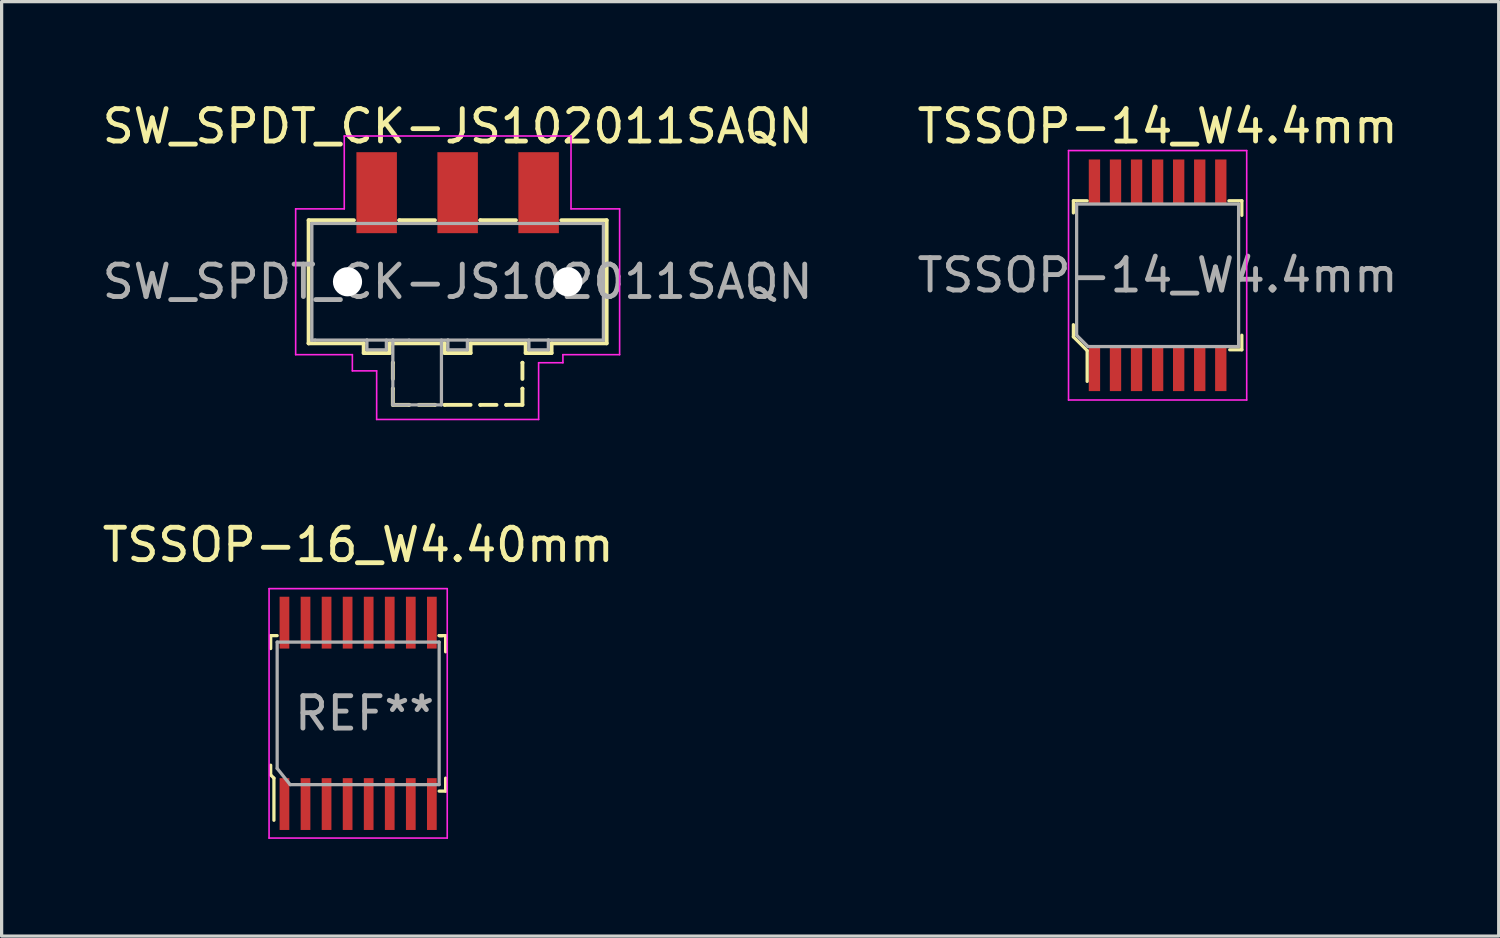
<source format=kicad_pcb>
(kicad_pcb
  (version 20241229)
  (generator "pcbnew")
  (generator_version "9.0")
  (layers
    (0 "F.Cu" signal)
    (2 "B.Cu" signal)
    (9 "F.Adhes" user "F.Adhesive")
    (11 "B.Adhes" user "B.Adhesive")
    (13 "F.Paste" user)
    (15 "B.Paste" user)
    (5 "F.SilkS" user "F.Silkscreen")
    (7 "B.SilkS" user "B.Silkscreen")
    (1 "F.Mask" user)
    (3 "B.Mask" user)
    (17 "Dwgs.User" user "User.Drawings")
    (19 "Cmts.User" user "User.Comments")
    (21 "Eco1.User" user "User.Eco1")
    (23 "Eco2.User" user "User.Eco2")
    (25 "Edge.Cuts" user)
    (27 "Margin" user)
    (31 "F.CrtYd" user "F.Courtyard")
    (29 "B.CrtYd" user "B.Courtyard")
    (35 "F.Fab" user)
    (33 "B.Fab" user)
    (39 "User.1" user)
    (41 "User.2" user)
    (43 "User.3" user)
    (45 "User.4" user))
  (footprint "TSSOP-14_W4.4mm"
    (layer "F.Cu")
    (at 32.685 5.448)
    (property "Reference" "TSSOP-14_W4.4mm" (at 0 -4.6 0) (layer "F.SilkS") (effects (font (size 1 1) (thickness 0.15))))
    (attr smd)
    (fp_line (start -2.6 -2.3) (end -2.6 -1.925) (stroke (width 0.1) (type solid)) (layer "F.SilkS"))
    (fp_line (start -2.6 -2.3) (end -2.175 -2.3) (stroke (width 0.1) (type solid)) (layer "F.SilkS"))
    (fp_line (start -2.6 1.525) (end -2.6 1.9) (stroke (width 0.1) (type solid)) (layer "F.SilkS"))
    (fp_line (start -2.6 1.9) (end -2.175 2.325) (stroke (width 0.1) (type solid)) (layer "F.SilkS"))
    (fp_line (start -2.175 2.325) (end -2.175 3.275) (stroke (width 0.1) (type solid)) (layer "F.SilkS"))
    (fp_line (start 2.6 -2.3) (end 2.2 -2.3) (stroke (width 0.1) (type solid)) (layer "F.SilkS"))
    (fp_line (start 2.6 -2.3) (end 2.6 -1.85) (stroke (width 0.1) (type solid)) (layer "F.SilkS"))
    (fp_line (start 2.6 2.3) (end 2.225 2.3) (stroke (width 0.1) (type solid)) (layer "F.SilkS"))
    (fp_line (start 2.6 2.3) (end 2.6 1.85) (stroke (width 0.1) (type solid)) (layer "F.SilkS"))
    (fp_line (start -2.75 -3.85) (end 2.75 -3.85) (stroke (width 0.05) (type solid)) (layer "F.CrtYd"))
    (fp_line (start -2.75 3.85) (end -2.75 -3.85) (stroke (width 0.05) (type solid)) (layer "F.CrtYd"))
    (fp_line (start 2.75 -3.85) (end 2.75 3.85) (stroke (width 0.05) (type solid)) (layer "F.CrtYd"))
    (fp_line (start 2.75 3.85) (end -2.75 3.85) (stroke (width 0.05) (type solid)) (layer "F.CrtYd"))
    (fp_line (start -2.5 -2.2) (end 2.5 -2.2) (stroke (width 0.1) (type solid)) (layer "F.Fab"))
    (fp_line (start -2.5 1.85) (end -2.5 -2.2) (stroke (width 0.1) (type solid)) (layer "F.Fab"))
    (fp_line (start -2.15 2.2) (end -2.5 1.85) (stroke (width 0.1) (type solid)) (layer "F.Fab"))
    (fp_line (start -2.15 2.2) (end 2.5 2.2) (stroke (width 0.1) (type solid)) (layer "F.Fab"))
    (fp_line (start 2.5 -2.2) (end 2.5 2.2) (stroke (width 0.1) (type solid)) (layer "F.Fab"))
    (fp_text user "${REFERENCE}" (at 0 0 0) (layer "F.Fab") (effects (font (size 1 1) (thickness 0.15))))
    (pad "1" smd rect (at -1.95 2.875) (size 0.35 1.4) (layers "F.Cu" "F.Mask" "F.Paste"))
    (pad "2" smd rect (at -1.3 2.875) (size 0.35 1.4) (layers "F.Cu" "F.Mask" "F.Paste"))
    (pad "3" smd rect (at -0.65 2.875) (size 0.35 1.4) (layers "F.Cu" "F.Mask" "F.Paste"))
    (pad "4" smd rect (at 0 2.875) (size 0.35 1.4) (layers "F.Cu" "F.Mask" "F.Paste"))
    (pad "5" smd rect (at 0.65 2.875) (size 0.35 1.4) (layers "F.Cu" "F.Mask" "F.Paste"))
    (pad "6" smd rect (at 1.3 2.875) (size 0.35 1.4) (layers "F.Cu" "F.Mask" "F.Paste"))
    (pad "7" smd rect (at 1.95 2.875) (size 0.35 1.4) (layers "F.Cu" "F.Mask" "F.Paste"))
    (pad "8" smd rect (at 1.95 -2.875) (size 0.35 1.4) (layers "F.Cu" "F.Mask" "F.Paste"))
    (pad "9" smd rect (at 1.3 -2.875) (size 0.35 1.4) (layers "F.Cu" "F.Mask" "F.Paste"))
    (pad "10" smd rect (at 0.65 -2.875) (size 0.35 1.4) (layers "F.Cu" "F.Mask" "F.Paste"))
    (pad "11" smd rect (at 0 -2.875) (size 0.35 1.4) (layers "F.Cu" "F.Mask" "F.Paste"))
    (pad "12" smd rect (at -0.65 -2.875) (size 0.35 1.4) (layers "F.Cu" "F.Mask" "F.Paste"))
    (pad "13" smd rect (at -1.3 -2.875) (size 0.35 1.4) (layers "F.Cu" "F.Mask" "F.Paste"))
    (pad "14" smd rect (at -1.95 -2.875) (size 0.35 1.4) (layers "F.Cu" "F.Mask" "F.Paste")))
  (footprint "SW_SPDT_CK-JS102011SAQN"
    (layer "F.Cu")
    (at 11.077 5.648)
    (property "Reference" "SW_SPDT_CK-JS102011SAQN" (at 0 -4.8 0) (layer "F.SilkS") (effects (font (size 1 1) (thickness 0.15))))
    (attr smd)
    (fp_line (start -4.6 -1.9) (end -3.2 -1.9) (stroke (width 0.12) (type solid)) (layer "F.SilkS"))
    (fp_line (start -4.6 1.9) (end -4.6 -1.9) (stroke (width 0.12) (type solid)) (layer "F.SilkS"))
    (fp_line (start -4.6 1.9) (end -4.6 1.9) (stroke (width 0.12) (type solid)) (layer "F.SilkS"))
    (fp_line (start -2.9 1.9) (end -4.6 1.9) (stroke (width 0.12) (type solid)) (layer "F.SilkS"))
    (fp_line (start -2.9 2.2) (end -2.9 1.9) (stroke (width 0.12) (type solid)) (layer "F.SilkS"))
    (fp_line (start -2.1 1.9) (end -2.1 2.2) (stroke (width 0.12) (type solid)) (layer "F.SilkS"))
    (fp_line (start -2.1 2.2) (end -2.9 2.2) (stroke (width 0.12) (type solid)) (layer "F.SilkS"))
    (fp_line (start -2 2.5) (end -2 2.5) (stroke (width 0.12) (type solid)) (layer "F.SilkS"))
    (fp_line (start -2 3) (end -2 2.5) (stroke (width 0.12) (type solid)) (layer "F.SilkS"))
    (fp_line (start -2 3.3) (end -2 3.3) (stroke (width 0.12) (type solid)) (layer "F.SilkS"))
    (fp_line (start -2 3.8) (end -2 3.3) (stroke (width 0.12) (type solid)) (layer "F.SilkS"))
    (fp_line (start -2 3.8) (end -1.5 3.8) (stroke (width 0.12) (type solid)) (layer "F.SilkS"))
    (fp_line (start -1.8 -1.9) (end -1.8 -1.9) (stroke (width 0.12) (type solid)) (layer "F.SilkS"))
    (fp_line (start -1.5 3.8) (end -1.5 3.8) (stroke (width 0.12) (type solid)) (layer "F.SilkS"))
    (fp_line (start -1.2 3.8) (end -0.7 3.8) (stroke (width 0.12) (type solid)) (layer "F.SilkS"))
    (fp_line (start -0.7 -1.9) (end -1.8 -1.9) (stroke (width 0.12) (type solid)) (layer "F.SilkS"))
    (fp_line (start -0.7 3.8) (end -0.7 3.8) (stroke (width 0.12) (type solid)) (layer "F.SilkS"))
    (fp_line (start -0.4 1.9) (end -2.1 1.9) (stroke (width 0.12) (type solid)) (layer "F.SilkS"))
    (fp_line (start -0.4 2.2) (end -0.4 1.9) (stroke (width 0.12) (type solid)) (layer "F.SilkS"))
    (fp_line (start -0.4 3.8) (end -0.4 3.8) (stroke (width 0.12) (type solid)) (layer "F.SilkS"))
    (fp_line (start 0.4 1.9) (end 0.4 2.2) (stroke (width 0.12) (type solid)) (layer "F.SilkS"))
    (fp_line (start 0.4 2.2) (end -0.4 2.2) (stroke (width 0.12) (type solid)) (layer "F.SilkS"))
    (fp_line (start 0.4 3.8) (end -0.4 3.8) (stroke (width 0.12) (type solid)) (layer "F.SilkS"))
    (fp_line (start 0.7 -1.9) (end 0.7 -1.9) (stroke (width 0.12) (type solid)) (layer "F.SilkS"))
    (fp_line (start 0.7 3.8) (end 0.7 3.8) (stroke (width 0.12) (type solid)) (layer "F.SilkS"))
    (fp_line (start 1.2 3.8) (end 0.7 3.8) (stroke (width 0.12) (type solid)) (layer "F.SilkS"))
    (fp_line (start 1.5 3.8) (end 1.5 3.8) (stroke (width 0.12) (type solid)) (layer "F.SilkS"))
    (fp_line (start 1.8 -1.9) (end 0.7 -1.9) (stroke (width 0.12) (type solid)) (layer "F.SilkS"))
    (fp_line (start 2 2.5) (end 2 2.5) (stroke (width 0.12) (type solid)) (layer "F.SilkS"))
    (fp_line (start 2 3) (end 2 2.5) (stroke (width 0.12) (type solid)) (layer "F.SilkS"))
    (fp_line (start 2 3.3) (end 2 3.3) (stroke (width 0.12) (type solid)) (layer "F.SilkS"))
    (fp_line (start 2 3.8) (end 1.5 3.8) (stroke (width 0.12) (type solid)) (layer "F.SilkS"))
    (fp_line (start 2 3.8) (end 2 3.3) (stroke (width 0.12) (type solid)) (layer "F.SilkS"))
    (fp_line (start 2.1 1.9) (end 0.4 1.9) (stroke (width 0.12) (type solid)) (layer "F.SilkS"))
    (fp_line (start 2.1 2.2) (end 2.1 1.9) (stroke (width 0.12) (type solid)) (layer "F.SilkS"))
    (fp_line (start 2.9 1.9) (end 2.9 2.2) (stroke (width 0.12) (type solid)) (layer "F.SilkS"))
    (fp_line (start 2.9 2.2) (end 2.1 2.2) (stroke (width 0.12) (type solid)) (layer "F.SilkS"))
    (fp_line (start 3.2 -1.9) (end 4.6 -1.9) (stroke (width 0.12) (type solid)) (layer "F.SilkS"))
    (fp_line (start 4.6 -1.9) (end 4.6 1.9) (stroke (width 0.12) (type solid)) (layer "F.SilkS"))
    (fp_line (start 4.6 1.9) (end 2.9 1.9) (stroke (width 0.12) (type solid)) (layer "F.SilkS"))
    (fp_line (start -5 -2.25) (end -5 -2.25) (stroke (width 0.05) (type solid)) (layer "F.CrtYd"))
    (fp_line (start -5 -2.25) (end -5 2.25) (stroke (width 0.05) (type solid)) (layer "F.CrtYd"))
    (fp_line (start -5 2.25) (end -3.25 2.25) (stroke (width 0.05) (type solid)) (layer "F.CrtYd"))
    (fp_line (start -3.5 -4.5) (end -3.5 -2.25) (stroke (width 0.05) (type solid)) (layer "F.CrtYd"))
    (fp_line (start -3.5 -2.25) (end -5 -2.25) (stroke (width 0.05) (type solid)) (layer "F.CrtYd"))
    (fp_line (start -3.25 2.25) (end -3.25 2.75) (stroke (width 0.05) (type solid)) (layer "F.CrtYd"))
    (fp_line (start -3.25 2.75) (end -2.5 2.75) (stroke (width 0.05) (type solid)) (layer "F.CrtYd"))
    (fp_line (start -2.5 2.75) (end -2.5 4.25) (stroke (width 0.05) (type solid)) (layer "F.CrtYd"))
    (fp_line (start -2.5 4.25) (end 2.5 4.25) (stroke (width 0.05) (type solid)) (layer "F.CrtYd"))
    (fp_line (start 2.5 2.5) (end 3.25 2.5) (stroke (width 0.05) (type solid)) (layer "F.CrtYd"))
    (fp_line (start 2.5 4.25) (end 2.5 2.5) (stroke (width 0.05) (type solid)) (layer "F.CrtYd"))
    (fp_line (start 3.25 2.25) (end 5 2.25) (stroke (width 0.05) (type solid)) (layer "F.CrtYd"))
    (fp_line (start 3.25 2.5) (end 3.25 2.25) (stroke (width 0.05) (type solid)) (layer "F.CrtYd"))
    (fp_line (start 3.5 -4.5) (end -3.5 -4.5) (stroke (width 0.05) (type solid)) (layer "F.CrtYd"))
    (fp_line (start 3.5 -2.25) (end 3.5 -4.5) (stroke (width 0.05) (type solid)) (layer "F.CrtYd"))
    (fp_line (start 5 -2.25) (end 3.5 -2.25) (stroke (width 0.05) (type solid)) (layer "F.CrtYd"))
    (fp_line (start 5 2.25) (end 5 -2.25) (stroke (width 0.05) (type solid)) (layer "F.CrtYd"))
    (fp_line (start -4.5 -1.8) (end -4.5 1.8) (stroke (width 0.1) (type solid)) (layer "F.Fab"))
    (fp_line (start -4.5 -1.8) (end 4.5 -1.8) (stroke (width 0.1) (type solid)) (layer "F.Fab"))
    (fp_line (start -4.5 1.8) (end -4.5 1.8) (stroke (width 0.1) (type solid)) (layer "F.Fab"))
    (fp_line (start -4.5 1.8) (end -4.5 1.8) (stroke (width 0.1) (type solid)) (layer "F.Fab"))
    (fp_line (start -4.4 1.8) (end -4.5 1.8) (stroke (width 0.1) (type solid)) (layer "F.Fab"))
    (fp_line (start -2.8 1.8) (end -2.8 1.8) (stroke (width 0.1) (type solid)) (layer "F.Fab"))
    (fp_line (start -2.8 2.1) (end -2.8 1.8) (stroke (width 0.1) (type solid)) (layer "F.Fab"))
    (fp_line (start -2.2 1.8) (end -2.2 2.1) (stroke (width 0.1) (type solid)) (layer "F.Fab"))
    (fp_line (start -2.2 2.1) (end -2.8 2.1) (stroke (width 0.1) (type solid)) (layer "F.Fab"))
    (fp_line (start -2 1.8) (end -2 1.8) (stroke (width 0.1) (type solid)) (layer "F.Fab"))
    (fp_line (start -2 3.8) (end -2 1.8) (stroke (width 0.1) (type solid)) (layer "F.Fab"))
    (fp_line (start -1.5 1.8) (end -1.5 1.8) (stroke (width 0.1) (type solid)) (layer "F.Fab"))
    (fp_line (start -0.5 1.8) (end -0.5 3.8) (stroke (width 0.1) (type solid)) (layer "F.Fab"))
    (fp_line (start -0.5 3.8) (end -2 3.8) (stroke (width 0.1) (type solid)) (layer "F.Fab"))
    (fp_line (start -0.3 1.8) (end -0.3 1.8) (stroke (width 0.1) (type solid)) (layer "F.Fab"))
    (fp_line (start -0.3 2.1) (end -0.3 1.8) (stroke (width 0.1) (type solid)) (layer "F.Fab"))
    (fp_line (start 0.3 1.8) (end 0.3 2.1) (stroke (width 0.1) (type solid)) (layer "F.Fab"))
    (fp_line (start 0.3 2.1) (end -0.3 2.1) (stroke (width 0.1) (type solid)) (layer "F.Fab"))
    (fp_line (start 2.2 1.8) (end 2.2 2.1) (stroke (width 0.1) (type solid)) (layer "F.Fab"))
    (fp_line (start 2.2 2.1) (end 2.8 2.1) (stroke (width 0.1) (type solid)) (layer "F.Fab"))
    (fp_line (start 2.8 1.8) (end 2.8 1.8) (stroke (width 0.1) (type solid)) (layer "F.Fab"))
    (fp_line (start 2.8 2.1) (end 2.8 1.8) (stroke (width 0.1) (type solid)) (layer "F.Fab"))
    (fp_line (start 4.5 -1.8) (end 4.5 1.8) (stroke (width 0.1) (type solid)) (layer "F.Fab"))
    (fp_line (start 4.5 1.8) (end -4.4 1.8) (stroke (width 0.1) (type solid)) (layer "F.Fab"))
    (fp_text user "${REFERENCE}" (at 0 0 0) (layer "F.Fab") (effects (font (size 1 1) (thickness 0.15))))
    (pad "" np_thru_hole circle (at -3.4 0) (size 0.9 0.9) (drill 0.9) (layers "*.Cu" "*.Mask"))
    (pad "" np_thru_hole circle (at 3.4 0) (size 0.9 0.9) (drill 0.9) (layers "*.Cu" "*.Mask"))
    (pad "1" smd rect (at -2.5 -2.75) (size 1.25 2.5) (layers "F.Cu" "F.Mask" "F.Paste"))
    (pad "2" smd rect (at 0 -2.75) (size 1.25 2.5) (layers "F.Cu" "F.Mask" "F.Paste"))
    (pad "3" smd rect (at 2.5 -2.75) (size 1.25 2.5) (layers "F.Cu" "F.Mask" "F.Paste")))
  (footprint "TSSOP-16_W4.40mm"
    (layer "F.Cu")
    (at 8.006 18.971)
    (property "Reference" "TSSOP-16_W4.40mm" (at 0 -5.2 0) (layer "F.SilkS") (effects (font (size 1 1) (thickness 0.15))))
    (attr smd)
    (fp_line (start -2.7 -2.4) (end -2.7 -2) (stroke (width 0.1) (type solid)) (layer "F.SilkS"))
    (fp_line (start -2.7 1.6) (end -2.7 1.9) (stroke (width 0.1) (type solid)) (layer "F.SilkS"))
    (fp_line (start -2.7 1.9) (end -2.6 2) (stroke (width 0.1) (type solid)) (layer "F.SilkS"))
    (fp_line (start -2.6 2) (end -2.6 3.3) (stroke (width 0.1) (type solid)) (layer "F.SilkS"))
    (fp_line (start -2.5 -2.4) (end -2.7 -2.4) (stroke (width 0.1) (type solid)) (layer "F.SilkS"))
    (fp_line (start 2.5 -2.4) (end 2.7 -2.4) (stroke (width 0.1) (type solid)) (layer "F.SilkS"))
    (fp_line (start 2.5 2.4) (end 2.7 2.4) (stroke (width 0.1) (type solid)) (layer "F.SilkS"))
    (fp_line (start 2.6 -2.4) (end 2.5 -2.4) (stroke (width 0.1) (type solid)) (layer "F.SilkS"))
    (fp_line (start 2.7 -2.4) (end 2.7 -1.9) (stroke (width 0.1) (type solid)) (layer "F.SilkS"))
    (fp_line (start 2.7 2.4) (end 2.7 2) (stroke (width 0.1) (type solid)) (layer "F.SilkS"))
    (fp_line (start -2.75 -3.85) (end -2.75 3.85) (stroke (width 0.05) (type solid)) (layer "F.CrtYd"))
    (fp_line (start -2.75 -3.85) (end 2.75 -3.85) (stroke (width 0.05) (type solid)) (layer "F.CrtYd"))
    (fp_line (start -2.75 3.85) (end 2.75 3.85) (stroke (width 0.05) (type solid)) (layer "F.CrtYd"))
    (fp_line (start 2.75 -3.85) (end 2.75 3.85) (stroke (width 0.05) (type solid)) (layer "F.CrtYd"))
    (fp_line (start -2.5 1.7) (end -2.5 -2.2) (stroke (width 0.1) (type solid)) (layer "F.Fab"))
    (fp_line (start -2.5 1.7) (end -2.1 2.2) (stroke (width 0.1) (type solid)) (layer "F.Fab"))
    (fp_line (start -2.1 2.2) (end 2.5 2.2) (stroke (width 0.1) (type solid)) (layer "F.Fab"))
    (fp_line (start 2.5 -2.2) (end -2.5 -2.2) (stroke (width 0.1) (type solid)) (layer "F.Fab"))
    (fp_line (start 2.5 -2.2) (end 2.5 2.2) (stroke (width 0.1) (type solid)) (layer "F.Fab"))
    (fp_text user "REF**" (at 0.2 0 0) (layer "F.Fab") (effects (font (size 1 1) (thickness 0.15))))
    (pad "1" smd rect (at -2.275 2.8) (size 0.3 1.6) (layers "F.Cu" "F.Mask" "F.Paste"))
    (pad "2" smd rect (at -1.625 2.8) (size 0.3 1.6) (layers "F.Cu" "F.Mask" "F.Paste"))
    (pad "3" smd rect (at -0.975 2.8) (size 0.3 1.6) (layers "F.Cu" "F.Mask" "F.Paste"))
    (pad "4" smd rect (at -0.325 2.8) (size 0.3 1.6) (layers "F.Cu" "F.Mask" "F.Paste"))
    (pad "5" smd rect (at 0.325 2.8) (size 0.3 1.6) (layers "F.Cu" "F.Mask" "F.Paste"))
    (pad "6" smd rect (at 0.975 2.8) (size 0.3 1.6) (layers "F.Cu" "F.Mask" "F.Paste"))
    (pad "7" smd rect (at 1.625 2.8) (size 0.3 1.6) (layers "F.Cu" "F.Mask" "F.Paste"))
    (pad "8" smd rect (at 2.275 2.8) (size 0.3 1.6) (layers "F.Cu" "F.Mask" "F.Paste"))
    (pad "9" smd rect (at 2.275 -2.8) (size 0.3 1.6) (layers "F.Cu" "F.Mask" "F.Paste"))
    (pad "10" smd rect (at 1.625 -2.8) (size 0.3 1.6) (layers "F.Cu" "F.Mask" "F.Paste"))
    (pad "11" smd rect (at 0.975 -2.8) (size 0.3 1.6) (layers "F.Cu" "F.Mask" "F.Paste"))
    (pad "12" smd rect (at 0.325 -2.8) (size 0.3 1.6) (layers "F.Cu" "F.Mask" "F.Paste"))
    (pad "13" smd rect (at -0.325 -2.8) (size 0.3 1.6) (layers "F.Cu" "F.Mask" "F.Paste"))
    (pad "14" smd rect (at -0.975 -2.8) (size 0.3 1.6) (layers "F.Cu" "F.Mask" "F.Paste"))
    (pad "15" smd rect (at -1.625 -2.8) (size 0.3 1.6) (layers "F.Cu" "F.Mask" "F.Paste"))
    (pad "16" smd rect (at -2.275 -2.8) (size 0.3 1.6) (layers "F.Cu" "F.Mask" "F.Paste")))
  (gr_rect
    (start -3 -3)
    (end 43.214 25.846)
    (stroke (width 0.1) (type default))
    (fill no)
    (layer "Edge.Cuts")))
</source>
